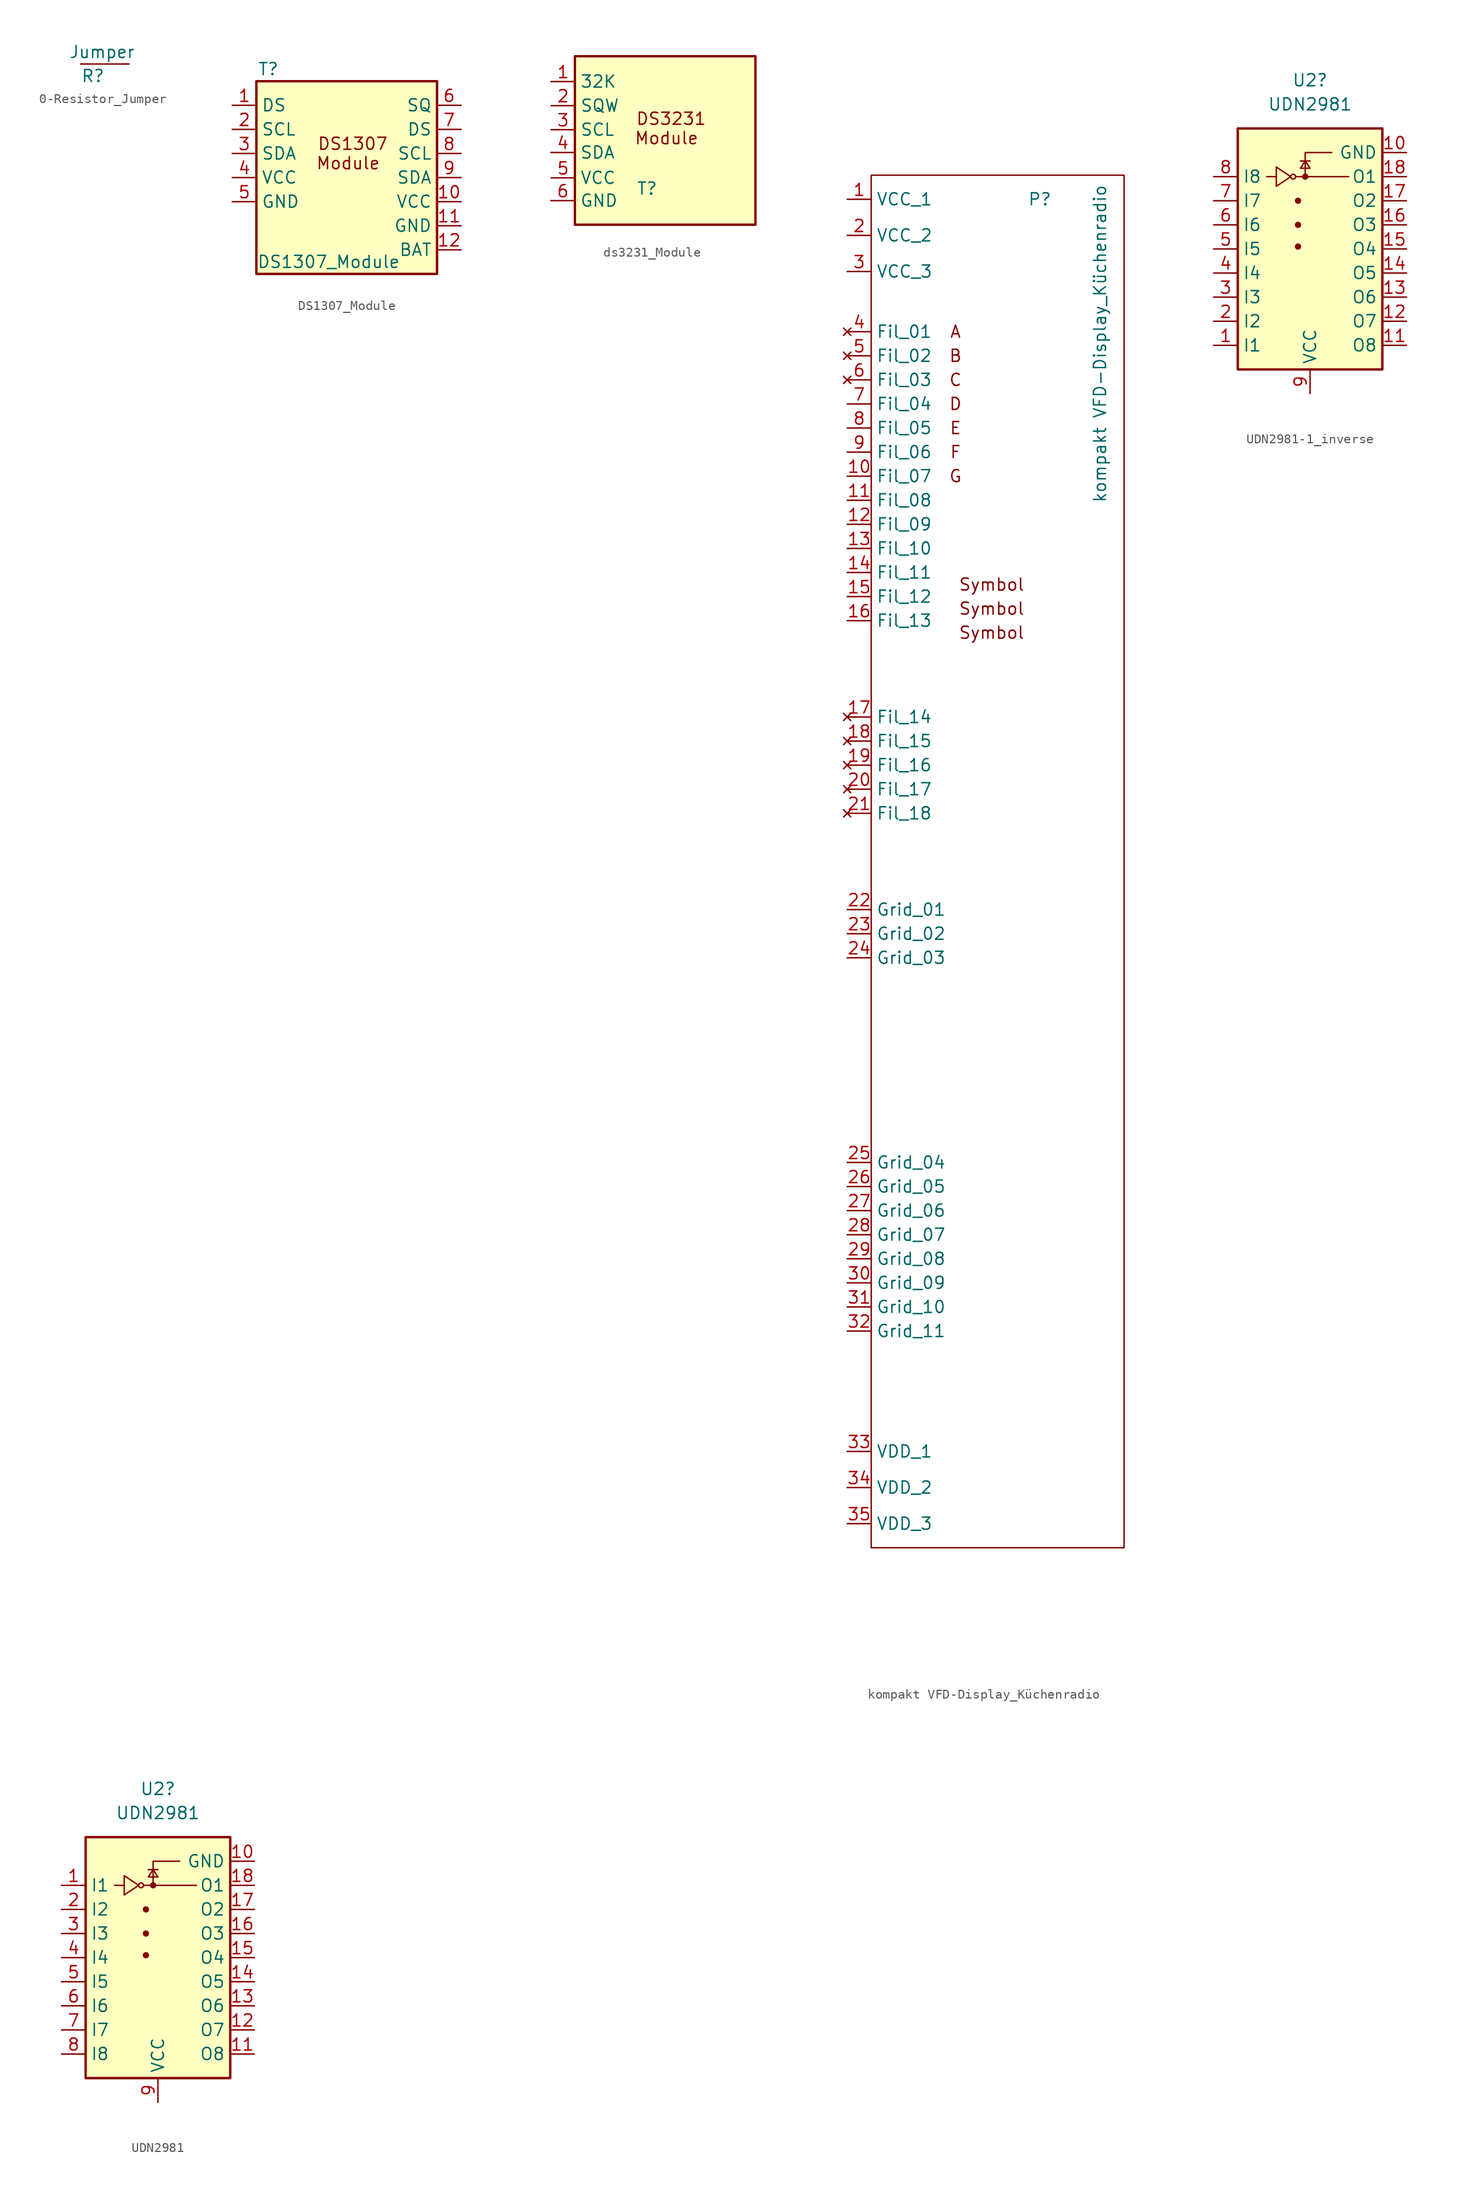
<source format=kicad_sym>
(kicad_symbol_lib
  (version 20220914)
  (generator kicad_symbol_editor)
  (symbol "0-Resistor_Jumper"
    (pin_numbers hide)
    (pin_names
      (offset 0.254) hide)
    (property "Reference" "R"
      (at -2.54 -1.27 0)
      (effects (font (size 1.27 1.27)) (justify left)))
    (property "Value" "Jumper"
      (at -3.81 1.27 0)
      (effects (font (size 1.27 1.27)) (justify left)))
    (symbol "0-Resistor_Jumper_0_1"
      (polyline (pts (xy -2.54 0) (xy 2.54 0)) (stroke (width 0) (type default)) (fill (type none))))
    (symbol "0-Resistor_Jumper_1_1"
      (pin passive line (at -2.54 0 0) (length 0.762) (name "~" (effects (font (size 1.27 1.27)))) (number "1" (effects (font (size 1.27 1.27)))))
      (pin passive line (at 2.54 0 180) (length 0.762) (name "~" (effects (font (size 1.27 1.27)))) (number "2" (effects (font (size 1.27 1.27)))))))
  (symbol "DS1307_Module"
    (property "Reference" "T"
      (at 3.81 3.81 0)
      (effects (font (size 1.27 1.27))))
    (property "Value" "DS1307_Module"
      (at 10.16 -16.51 0)
      (effects (font (size 1.27 1.27))))
    (symbol "DS1307_Module_0_1"
      (rectangle (start 2.54 2.54) (end 21.59 -17.78) (stroke (width 0.254) (type default)) (fill (type background))))
    (symbol "DS1307_Module_1_1"
      (text "DS1307\nModule " (at 12.7 -5.08 0) (effects (font (size 1.27 1.27))))
      (pin input line (at 0 0 0) (length 2.54) (name "DS" (effects (font (size 1.27 1.27)))) (number "1" (effects (font (size 1.27 1.27)))))
      (pin input line (at 24.13 -10.16 180) (length 2.54) (name "VCC" (effects (font (size 1.27 1.27)))) (number "10" (effects (font (size 1.27 1.27)))))
      (pin input line (at 24.13 -12.7 180) (length 2.54) (name "GND" (effects (font (size 1.27 1.27)))) (number "11" (effects (font (size 1.27 1.27)))))
      (pin input line (at 24.13 -15.24 180) (length 2.54) (name "BAT" (effects (font (size 1.27 1.27)))) (number "12" (effects (font (size 1.27 1.27)))))
      (pin input line (at 0 -2.54 0) (length 2.54) (name "SCL" (effects (font (size 1.27 1.27)))) (number "2" (effects (font (size 1.27 1.27)))))
      (pin input line (at 0 -5.08 0) (length 2.54) (name "SDA" (effects (font (size 1.27 1.27)))) (number "3" (effects (font (size 1.27 1.27)))))
      (pin input line (at 0 -7.62 0) (length 2.54) (name "VCC" (effects (font (size 1.27 1.27)))) (number "4" (effects (font (size 1.27 1.27)))))
      (pin input line (at 0 -10.16 0) (length 2.54) (name "GND" (effects (font (size 1.27 1.27)))) (number "5" (effects (font (size 1.27 1.27)))))
      (pin input line (at 24.13 0 180) (length 2.54) (name "SQ" (effects (font (size 1.27 1.27)))) (number "6" (effects (font (size 1.27 1.27)))))
      (pin input line (at 24.13 -2.54 180) (length 2.54) (name "DS" (effects (font (size 1.27 1.27)))) (number "7" (effects (font (size 1.27 1.27)))))
      (pin input line (at 24.13 -5.08 180) (length 2.54) (name "SCL" (effects (font (size 1.27 1.27)))) (number "8" (effects (font (size 1.27 1.27)))))
      (pin input line (at 24.13 -7.62 180) (length 2.54) (name "SDA" (effects (font (size 1.27 1.27)))) (number "9" (effects (font (size 1.27 1.27)))))))
  (symbol "ds3231_Module"
    (property "Reference" "T"
      (at 10.16 -11.43 0)
      (effects (font (size 1.27 1.27))))
    (property "Value" ""
      (at 0 0 0)
      (effects (font (size 1.27 1.27))))
    (symbol "ds3231_Module_0_1"
      (rectangle (start 2.54 2.54) (end 21.59 -15.24) (stroke (width 0.254) (type default)) (fill (type background))))
    (symbol "ds3231_Module_1_1"
      (text "DS3231\nModule " (at 12.7 -5.08 0) (effects (font (size 1.27 1.27))))
      (pin input line (at 0.023 -0.134 0) (length 2.54) (name "32K" (effects (font (size 1.27 1.27)))) (number "1" (effects (font (size 1.27 1.27)))))
      (pin input line (at 0.023 -2.674 0) (length 2.54) (name "SQW" (effects (font (size 1.27 1.27)))) (number "2" (effects (font (size 1.27 1.27)))))
      (pin input line (at 0.023 -5.214 0) (length 2.54) (name "SCL" (effects (font (size 1.27 1.27)))) (number "3" (effects (font (size 1.27 1.27)))))
      (pin input line (at 0 -7.62 0) (length 2.54) (name "SDA" (effects (font (size 1.27 1.27)))) (number "4" (effects (font (size 1.27 1.27)))))
      (pin input line (at 0.023 -10.294 0) (length 2.54) (name "VCC" (effects (font (size 1.27 1.27)))) (number "5" (effects (font (size 1.27 1.27)))))
      (pin input line (at 0 -12.7 0) (length 2.54) (name "GND" (effects (font (size 1.27 1.27)))) (number "6" (effects (font (size 1.27 1.27)))))))
  (symbol "kompakt VFD-Display_Küchenradio"
    (property "Reference" "P"
      (at 20.32 0 0)
      (effects (font (size 1.27 1.27))))
    (property "Value" "kompakt VFD-Display_Küchenradio"
      (at 26.67 -15.24 90)
      (effects (font (size 1.27 1.27))))
    (symbol "kompakt VFD-Display_Küchenradio_0_1"
      (rectangle (start 2.54 2.54) (end 29.21 -142.24) (stroke (width 0) (type default)) (fill (type none))))
    (symbol "kompakt VFD-Display_Küchenradio_1_1"
      (text "A" (at 11.43 -13.97 0) (effects (font (size 1.27 1.27))))
      (text "B" (at 11.43 -16.51 0) (effects (font (size 1.27 1.27))))
      (text "C" (at 11.43 -19.05 0) (effects (font (size 1.27 1.27))))
      (text "D" (at 11.43 -21.59 0) (effects (font (size 1.27 1.27))))
      (text "E" (at 11.43 -24.13 0) (effects (font (size 1.27 1.27))))
      (text "F" (at 11.43 -26.67 0) (effects (font (size 1.27 1.27))))
      (text "G" (at 11.43 -29.21 0) (effects (font (size 1.27 1.27))))
      (text "Symbol" (at 15.24 -45.72 0) (effects (font (size 1.27 1.27))))
      (text "Symbol" (at 15.24 -43.18 0) (effects (font (size 1.27 1.27))))
      (text "Symbol" (at 15.24 -40.64 0) (effects (font (size 1.27 1.27))))
      (pin power_in line (at 0 0 0) (length 2.54) (name "VCC_1" (effects (font (size 1.27 1.27)))) (number "1" (effects (font (size 1.27 1.27)))))
      (pin input line (at 0 -29.21 0) (length 2.54) (name "Fil_07" (effects (font (size 1.27 1.27)))) (number "10" (effects (font (size 1.27 1.27)))))
      (pin input line (at 0 -31.75 0) (length 2.54) (name "Fil_08" (effects (font (size 1.27 1.27)))) (number "11" (effects (font (size 1.27 1.27)))))
      (pin input line (at 0 -34.29 0) (length 2.54) (name "Fil_09" (effects (font (size 1.27 1.27)))) (number "12" (effects (font (size 1.27 1.27)))))
      (pin input line (at 0 -36.83 0) (length 2.54) (name "Fil_10" (effects (font (size 1.27 1.27)))) (number "13" (effects (font (size 1.27 1.27)))))
      (pin input line (at 0 -39.37 0) (length 2.54) (name "Fil_11" (effects (font (size 1.27 1.27)))) (number "14" (effects (font (size 1.27 1.27)))))
      (pin input line (at 0 -41.91 0) (length 2.54) (name "Fil_12" (effects (font (size 1.27 1.27)))) (number "15" (effects (font (size 1.27 1.27)))))
      (pin input line (at 0 -44.45 0) (length 2.54) (name "Fil_13" (effects (font (size 1.27 1.27)))) (number "16" (effects (font (size 1.27 1.27)))))
      (pin no_connect line (at 0 -54.61 0) (length 2.54) (name "Fil_14" (effects (font (size 1.27 1.27)))) (number "17" (effects (font (size 1.27 1.27)))))
      (pin no_connect line (at 0 -57.15 0) (length 2.54) (name "Fil_15" (effects (font (size 1.27 1.27)))) (number "18" (effects (font (size 1.27 1.27)))))
      (pin no_connect line (at 0 -59.69 0) (length 2.54) (name "Fil_16" (effects (font (size 1.27 1.27)))) (number "19" (effects (font (size 1.27 1.27)))))
      (pin power_in line (at 0 -3.81 0) (length 2.54) (name "VCC_2" (effects (font (size 1.27 1.27)))) (number "2" (effects (font (size 1.27 1.27)))))
      (pin no_connect line (at 0 -62.23 0) (length 2.54) (name "Fil_17" (effects (font (size 1.27 1.27)))) (number "20" (effects (font (size 1.27 1.27)))))
      (pin no_connect line (at 0 -64.77 0) (length 2.54) (name "Fil_18" (effects (font (size 1.27 1.27)))) (number "21" (effects (font (size 1.27 1.27)))))
      (pin input line (at 0 -74.93 0) (length 2.54) (name "Grid_01" (effects (font (size 1.27 1.27)))) (number "22" (effects (font (size 1.27 1.27)))))
      (pin input line (at 0 -77.47 0) (length 2.54) (name "Grid_02" (effects (font (size 1.27 1.27)))) (number "23" (effects (font (size 1.27 1.27)))))
      (pin input line (at 0 -80.01 0) (length 2.54) (name "Grid_03" (effects (font (size 1.27 1.27)))) (number "24" (effects (font (size 1.27 1.27)))))
      (pin input line (at 0 -101.6 0) (length 2.54) (name "Grid_04" (effects (font (size 1.27 1.27)))) (number "25" (effects (font (size 1.27 1.27)))))
      (pin input line (at 0 -104.14 0) (length 2.54) (name "Grid_05" (effects (font (size 1.27 1.27)))) (number "26" (effects (font (size 1.27 1.27)))))
      (pin input line (at 0 -106.68 0) (length 2.54) (name "Grid_06" (effects (font (size 1.27 1.27)))) (number "27" (effects (font (size 1.27 1.27)))))
      (pin input line (at 0 -109.22 0) (length 2.54) (name "Grid_07" (effects (font (size 1.27 1.27)))) (number "28" (effects (font (size 1.27 1.27)))))
      (pin input line (at 0 -111.76 0) (length 2.54) (name "Grid_08" (effects (font (size 1.27 1.27)))) (number "29" (effects (font (size 1.27 1.27)))))
      (pin power_in line (at 0 -7.62 0) (length 2.54) (name "VCC_3" (effects (font (size 1.27 1.27)))) (number "3" (effects (font (size 1.27 1.27)))))
      (pin input line (at 0 -114.3 0) (length 2.54) (name "Grid_09" (effects (font (size 1.27 1.27)))) (number "30" (effects (font (size 1.27 1.27)))))
      (pin input line (at 0 -116.84 0) (length 2.54) (name "Grid_10" (effects (font (size 1.27 1.27)))) (number "31" (effects (font (size 1.27 1.27)))))
      (pin input line (at 0 -119.38 0) (length 2.54) (name "Grid_11" (effects (font (size 1.27 1.27)))) (number "32" (effects (font (size 1.27 1.27)))))
      (pin power_in line (at 0 -132.08 0) (length 2.54) (name "VDD_1" (effects (font (size 1.27 1.27)))) (number "33" (effects (font (size 1.27 1.27)))))
      (pin power_in line (at 0 -135.89 0) (length 2.54) (name "VDD_2" (effects (font (size 1.27 1.27)))) (number "34" (effects (font (size 1.27 1.27)))))
      (pin power_in line (at 0 -139.7 0) (length 2.54) (name "VDD_3" (effects (font (size 1.27 1.27)))) (number "35" (effects (font (size 1.27 1.27)))))
      (pin no_connect line (at 0 -13.97 0) (length 2.54) (name "Fil_01" (effects (font (size 1.27 1.27)))) (number "4" (effects (font (size 1.27 1.27)))))
      (pin no_connect line (at 0 -16.51 0) (length 2.54) (name "Fil_02" (effects (font (size 1.27 1.27)))) (number "5" (effects (font (size 1.27 1.27)))))
      (pin no_connect line (at 0 -19.05 0) (length 2.54) (name "Fil_03" (effects (font (size 1.27 1.27)))) (number "6" (effects (font (size 1.27 1.27)))))
      (pin input line (at 0 -21.59 0) (length 2.54) (name "Fil_04" (effects (font (size 1.27 1.27)))) (number "7" (effects (font (size 1.27 1.27)))))
      (pin input line (at 0 -24.13 0) (length 2.54) (name "Fil_05" (effects (font (size 1.27 1.27)))) (number "8" (effects (font (size 1.27 1.27)))))
      (pin input line (at 0 -26.67 0) (length 2.54) (name "Fil_06" (effects (font (size 1.27 1.27)))) (number "9" (effects (font (size 1.27 1.27)))))))
  (symbol "UDN2981-1_inverse"
    (property "Reference" "U2"
      (at 0 15.24 0)
      (effects (font (size 1.27 1.27))))
    (property "Value" "UDN2981"
      (at 0 12.7 0)
      (effects (font (size 1.27 1.27))))
    (symbol "UDN2981-1_inverse_0_1"
      (rectangle (start -7.62 -15.24) (end 7.62 10.16) (stroke (width 0.254) (type default)) (fill (type background)))
      (circle (center -1.778 5.08) (radius 0.254) (stroke (width 0) (type default)) (fill (type none)))
      (circle (center -1.27 -2.286) (radius 0.254) (stroke (width 0) (type default)) (fill (type outline)))
      (circle (center -1.27 0) (radius 0.254) (stroke (width 0) (type default)) (fill (type outline)))
      (circle (center -1.27 2.54) (radius 0.254) (stroke (width 0) (type default)) (fill (type outline)))
      (circle (center -0.508 5.08) (radius 0.254) (stroke (width 0) (type default)) (fill (type outline)))
      (polyline (pts (xy -4.572 5.08) (xy -3.556 5.08)) (stroke (width 0) (type default)) (fill (type none)))
      (polyline (pts (xy -1.524 5.08) (xy 4.064 5.08)) (stroke (width 0) (type default)) (fill (type none)))
      (polyline (pts (xy 0 6.731) (xy -1.016 6.731)) (stroke (width 0) (type default)) (fill (type none)))
      (polyline (pts (xy -0.508 5.08) (xy -0.508 7.62) (xy 2.286 7.62)) (stroke (width 0) (type default)) (fill (type none)))
      (polyline (pts (xy -3.556 6.096) (xy -3.556 4.064) (xy -2.032 5.08) (xy -3.556 6.096)) (stroke (width 0) (type default)) (fill (type none)))
      (polyline (pts (xy 0 5.969) (xy -1.016 5.969) (xy -0.508 6.731) (xy 0 5.969)) (stroke (width 0) (type default)) (fill (type none))))
    (symbol "UDN2981-1_inverse_1_1"
      (pin input line (at -10.16 -12.7 0) (length 2.54) (name "I1" (effects (font (size 1.27 1.27)))) (number "1" (effects (font (size 1.27 1.27)))))
      (pin passive line (at 10.16 7.62 180) (length 2.54) (name "GND" (effects (font (size 1.27 1.27)))) (number "10" (effects (font (size 1.27 1.27)))))
      (pin open_collector line (at 10.16 -12.7 180) (length 2.54) (name "O8" (effects (font (size 1.27 1.27)))) (number "11" (effects (font (size 1.27 1.27)))))
      (pin open_collector line (at 10.16 -10.16 180) (length 2.54) (name "O7" (effects (font (size 1.27 1.27)))) (number "12" (effects (font (size 1.27 1.27)))))
      (pin open_collector line (at 10.16 -7.62 180) (length 2.54) (name "O6" (effects (font (size 1.27 1.27)))) (number "13" (effects (font (size 1.27 1.27)))))
      (pin open_collector line (at 10.16 -5.08 180) (length 2.54) (name "O5" (effects (font (size 1.27 1.27)))) (number "14" (effects (font (size 1.27 1.27)))))
      (pin open_collector line (at 10.16 -2.54 180) (length 2.54) (name "O4" (effects (font (size 1.27 1.27)))) (number "15" (effects (font (size 1.27 1.27)))))
      (pin open_collector line (at 10.16 0 180) (length 2.54) (name "O3" (effects (font (size 1.27 1.27)))) (number "16" (effects (font (size 1.27 1.27)))))
      (pin open_collector line (at 10.16 2.54 180) (length 2.54) (name "O2" (effects (font (size 1.27 1.27)))) (number "17" (effects (font (size 1.27 1.27)))))
      (pin open_collector line (at 10.16 5.08 180) (length 2.54) (name "O1" (effects (font (size 1.27 1.27)))) (number "18" (effects (font (size 1.27 1.27)))))
      (pin input line (at -10.16 -10.16 0) (length 2.54) (name "I2" (effects (font (size 1.27 1.27)))) (number "2" (effects (font (size 1.27 1.27)))))
      (pin input line (at -10.16 -7.62 0) (length 2.54) (name "I3" (effects (font (size 1.27 1.27)))) (number "3" (effects (font (size 1.27 1.27)))))
      (pin input line (at -10.16 -5.08 0) (length 2.54) (name "I4" (effects (font (size 1.27 1.27)))) (number "4" (effects (font (size 1.27 1.27)))))
      (pin input line (at -10.16 -2.54 0) (length 2.54) (name "I5" (effects (font (size 1.27 1.27)))) (number "5" (effects (font (size 1.27 1.27)))))
      (pin input line (at -10.16 0 0) (length 2.54) (name "I6" (effects (font (size 1.27 1.27)))) (number "6" (effects (font (size 1.27 1.27)))))
      (pin input line (at -10.16 2.54 0) (length 2.54) (name "I7" (effects (font (size 1.27 1.27)))) (number "7" (effects (font (size 1.27 1.27)))))
      (pin input line (at -10.16 5.08 0) (length 2.54) (name "I8" (effects (font (size 1.27 1.27)))) (number "8" (effects (font (size 1.27 1.27)))))
      (pin power_in line (at 0 -17.78 90) (length 2.54) (name "VCC" (effects (font (size 1.27 1.27)))) (number "9" (effects (font (size 1.27 1.27)))))))
  (symbol "UDN2981"
    (property "Reference" "U2"
      (at 0 15.24 0)
      (effects (font (size 1.27 1.27))))
    (property "Value" "UDN2981"
      (at 0 12.7 0)
      (effects (font (size 1.27 1.27))))
    (symbol "UDN2981_0_1"
      (rectangle (start -7.62 -15.24) (end 7.62 10.16) (stroke (width 0.254) (type default)) (fill (type background)))
      (circle (center -1.778 5.08) (radius 0.254) (stroke (width 0) (type default)) (fill (type none)))
      (circle (center -1.27 -2.286) (radius 0.254) (stroke (width 0) (type default)) (fill (type outline)))
      (circle (center -1.27 0) (radius 0.254) (stroke (width 0) (type default)) (fill (type outline)))
      (circle (center -1.27 2.54) (radius 0.254) (stroke (width 0) (type default)) (fill (type outline)))
      (circle (center -0.508 5.08) (radius 0.254) (stroke (width 0) (type default)) (fill (type outline)))
      (polyline (pts (xy -4.572 5.08) (xy -3.556 5.08)) (stroke (width 0) (type default)) (fill (type none)))
      (polyline (pts (xy -1.524 5.08) (xy 4.064 5.08)) (stroke (width 0) (type default)) (fill (type none)))
      (polyline (pts (xy 0 6.731) (xy -1.016 6.731)) (stroke (width 0) (type default)) (fill (type none)))
      (polyline (pts (xy -0.508 5.08) (xy -0.508 7.62) (xy 2.286 7.62)) (stroke (width 0) (type default)) (fill (type none)))
      (polyline (pts (xy -3.556 6.096) (xy -3.556 4.064) (xy -2.032 5.08) (xy -3.556 6.096)) (stroke (width 0) (type default)) (fill (type none)))
      (polyline (pts (xy 0 5.969) (xy -1.016 5.969) (xy -0.508 6.731) (xy 0 5.969)) (stroke (width 0) (type default)) (fill (type none))))
    (symbol "UDN2981_1_1"
      (pin input line (at -10.16 5.08 0) (length 2.54) (name "I1" (effects (font (size 1.27 1.27)))) (number "1" (effects (font (size 1.27 1.27)))))
      (pin passive line (at 10.16 7.62 180) (length 2.54) (name "GND" (effects (font (size 1.27 1.27)))) (number "10" (effects (font (size 1.27 1.27)))))
      (pin open_collector line (at 10.16 -12.7 180) (length 2.54) (name "O8" (effects (font (size 1.27 1.27)))) (number "11" (effects (font (size 1.27 1.27)))))
      (pin open_collector line (at 10.16 -10.16 180) (length 2.54) (name "O7" (effects (font (size 1.27 1.27)))) (number "12" (effects (font (size 1.27 1.27)))))
      (pin open_collector line (at 10.16 -7.62 180) (length 2.54) (name "O6" (effects (font (size 1.27 1.27)))) (number "13" (effects (font (size 1.27 1.27)))))
      (pin open_collector line (at 10.16 -5.08 180) (length 2.54) (name "O5" (effects (font (size 1.27 1.27)))) (number "14" (effects (font (size 1.27 1.27)))))
      (pin open_collector line (at 10.16 -2.54 180) (length 2.54) (name "O4" (effects (font (size 1.27 1.27)))) (number "15" (effects (font (size 1.27 1.27)))))
      (pin open_collector line (at 10.16 0 180) (length 2.54) (name "O3" (effects (font (size 1.27 1.27)))) (number "16" (effects (font (size 1.27 1.27)))))
      (pin open_collector line (at 10.16 2.54 180) (length 2.54) (name "O2" (effects (font (size 1.27 1.27)))) (number "17" (effects (font (size 1.27 1.27)))))
      (pin open_collector line (at 10.16 5.08 180) (length 2.54) (name "O1" (effects (font (size 1.27 1.27)))) (number "18" (effects (font (size 1.27 1.27)))))
      (pin input line (at -10.16 2.54 0) (length 2.54) (name "I2" (effects (font (size 1.27 1.27)))) (number "2" (effects (font (size 1.27 1.27)))))
      (pin input line (at -10.16 0 0) (length 2.54) (name "I3" (effects (font (size 1.27 1.27)))) (number "3" (effects (font (size 1.27 1.27)))))
      (pin input line (at -10.16 -2.54 0) (length 2.54) (name "I4" (effects (font (size 1.27 1.27)))) (number "4" (effects (font (size 1.27 1.27)))))
      (pin input line (at -10.16 -5.08 0) (length 2.54) (name "I5" (effects (font (size 1.27 1.27)))) (number "5" (effects (font (size 1.27 1.27)))))
      (pin input line (at -10.16 -7.62 0) (length 2.54) (name "I6" (effects (font (size 1.27 1.27)))) (number "6" (effects (font (size 1.27 1.27)))))
      (pin input line (at -10.16 -10.16 0) (length 2.54) (name "I7" (effects (font (size 1.27 1.27)))) (number "7" (effects (font (size 1.27 1.27)))))
      (pin input line (at -10.16 -12.7 0) (length 2.54) (name "I8" (effects (font (size 1.27 1.27)))) (number "8" (effects (font (size 1.27 1.27)))))
      (pin power_in line (at 0 -17.78 90) (length 2.54) (name "VCC" (effects (font (size 1.27 1.27)))) (number "9" (effects (font (size 1.27 1.27))))))))
</source>
